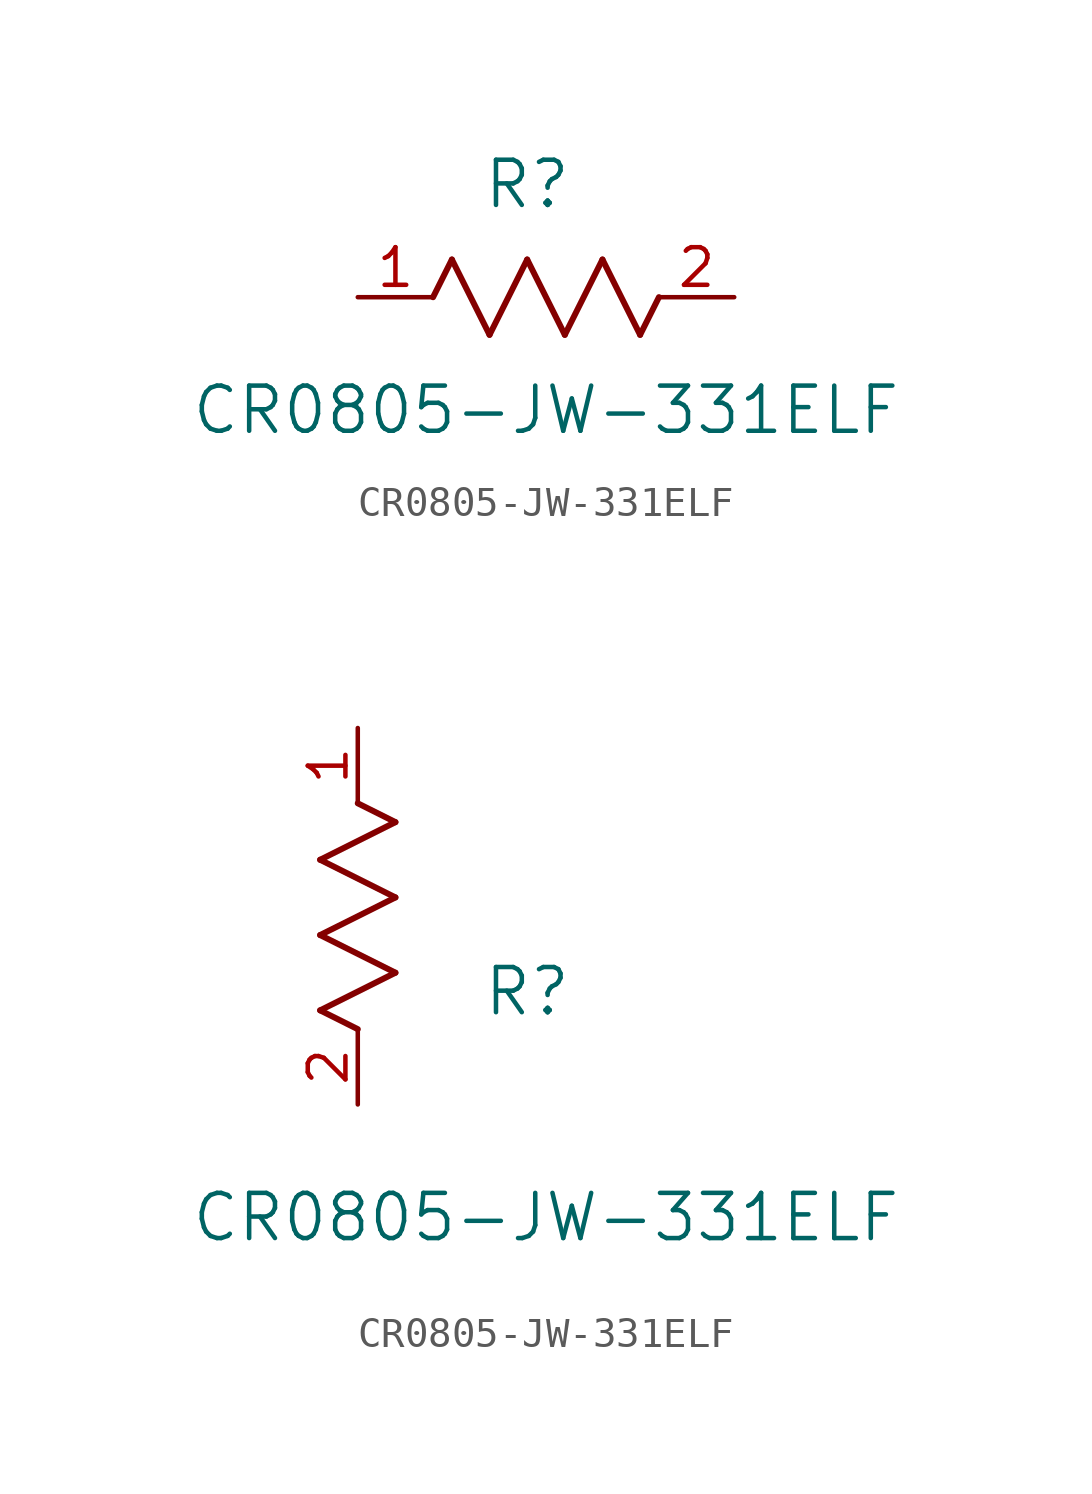
<source format=kicad_sym>
(kicad_symbol_lib
  (version 20211014)
  (generator kicad_symbol_editor)
  (symbol "CR0805-JW-331ELF"
    (pin_names
      (offset 0.254))
    (property "Reference" "R"
      (at 5.715 3.81 0)
      (effects (font (size 1.524 1.524))))
    (property "Value" "CR0805-JW-331ELF"
      (at 6.35 -3.81 0)
      (effects (font (size 1.524 1.524))))
    (symbol "CR0805-JW-331ELF_1_1"
      (polyline (pts (xy 3.175 1.27) (xy 4.445 -1.27)) (stroke (width 0.203) (type default) (color 0 0 0 0)) (fill (type none)))
      (polyline (pts (xy 4.445 -1.27) (xy 5.715 1.27)) (stroke (width 0.203) (type default) (color 0 0 0 0)) (fill (type none)))
      (polyline (pts (xy 5.715 1.27) (xy 6.985 -1.27)) (stroke (width 0.203) (type default) (color 0 0 0 0)) (fill (type none)))
      (polyline (pts (xy 6.985 -1.27) (xy 8.255 1.27)) (stroke (width 0.203) (type default) (color 0 0 0 0)) (fill (type none)))
      (polyline (pts (xy 8.255 1.27) (xy 9.525 -1.27)) (stroke (width 0.203) (type default) (color 0 0 0 0)) (fill (type none)))
      (polyline (pts (xy 2.54 0) (xy 3.175 1.27)) (stroke (width 0.203) (type default) (color 0 0 0 0)) (fill (type none)))
      (polyline (pts (xy 9.525 -1.27) (xy 10.16 0)) (stroke (width 0.203) (type default) (color 0 0 0 0)) (fill (type none)))
      (pin unspecified line (at 0 0 0) (length 2.54) (name "" (effects (font (size 1.27 1.27)))) (number "1" (effects (font (size 1.27 1.27)))))
      (pin unspecified line (at 12.7 0 180) (length 2.54) (name "" (effects (font (size 1.27 1.27)))) (number "2" (effects (font (size 1.27 1.27))))))
    (symbol "CR0805-JW-331ELF_1_2"
      (polyline (pts (xy 0 2.54) (xy -1.27 3.175)) (stroke (width 0.203) (type default) (color 0 0 0 0)) (fill (type none)))
      (polyline (pts (xy -1.27 3.175) (xy 1.27 4.445)) (stroke (width 0.203) (type default) (color 0 0 0 0)) (fill (type none)))
      (polyline (pts (xy 1.27 4.445) (xy -1.27 5.715)) (stroke (width 0.203) (type default) (color 0 0 0 0)) (fill (type none)))
      (polyline (pts (xy -1.27 5.715) (xy 1.27 6.985)) (stroke (width 0.203) (type default) (color 0 0 0 0)) (fill (type none)))
      (polyline (pts (xy -1.27 8.255) (xy 1.27 9.525)) (stroke (width 0.203) (type default) (color 0 0 0 0)) (fill (type none)))
      (polyline (pts (xy 1.27 9.525) (xy 0 10.16)) (stroke (width 0.203) (type default) (color 0 0 0 0)) (fill (type none)))
      (polyline (pts (xy 1.27 6.985) (xy -1.27 8.255)) (stroke (width 0.203) (type default) (color 0 0 0 0)) (fill (type none)))
      (pin unspecified line (at 0 12.7 270) (length 2.54) (name "" (effects (font (size 1.27 1.27)))) (number "1" (effects (font (size 1.27 1.27)))))
      (pin unspecified line (at 0 0 90) (length 2.54) (name "" (effects (font (size 1.27 1.27)))) (number "2" (effects (font (size 1.27 1.27))))))))
</source>
